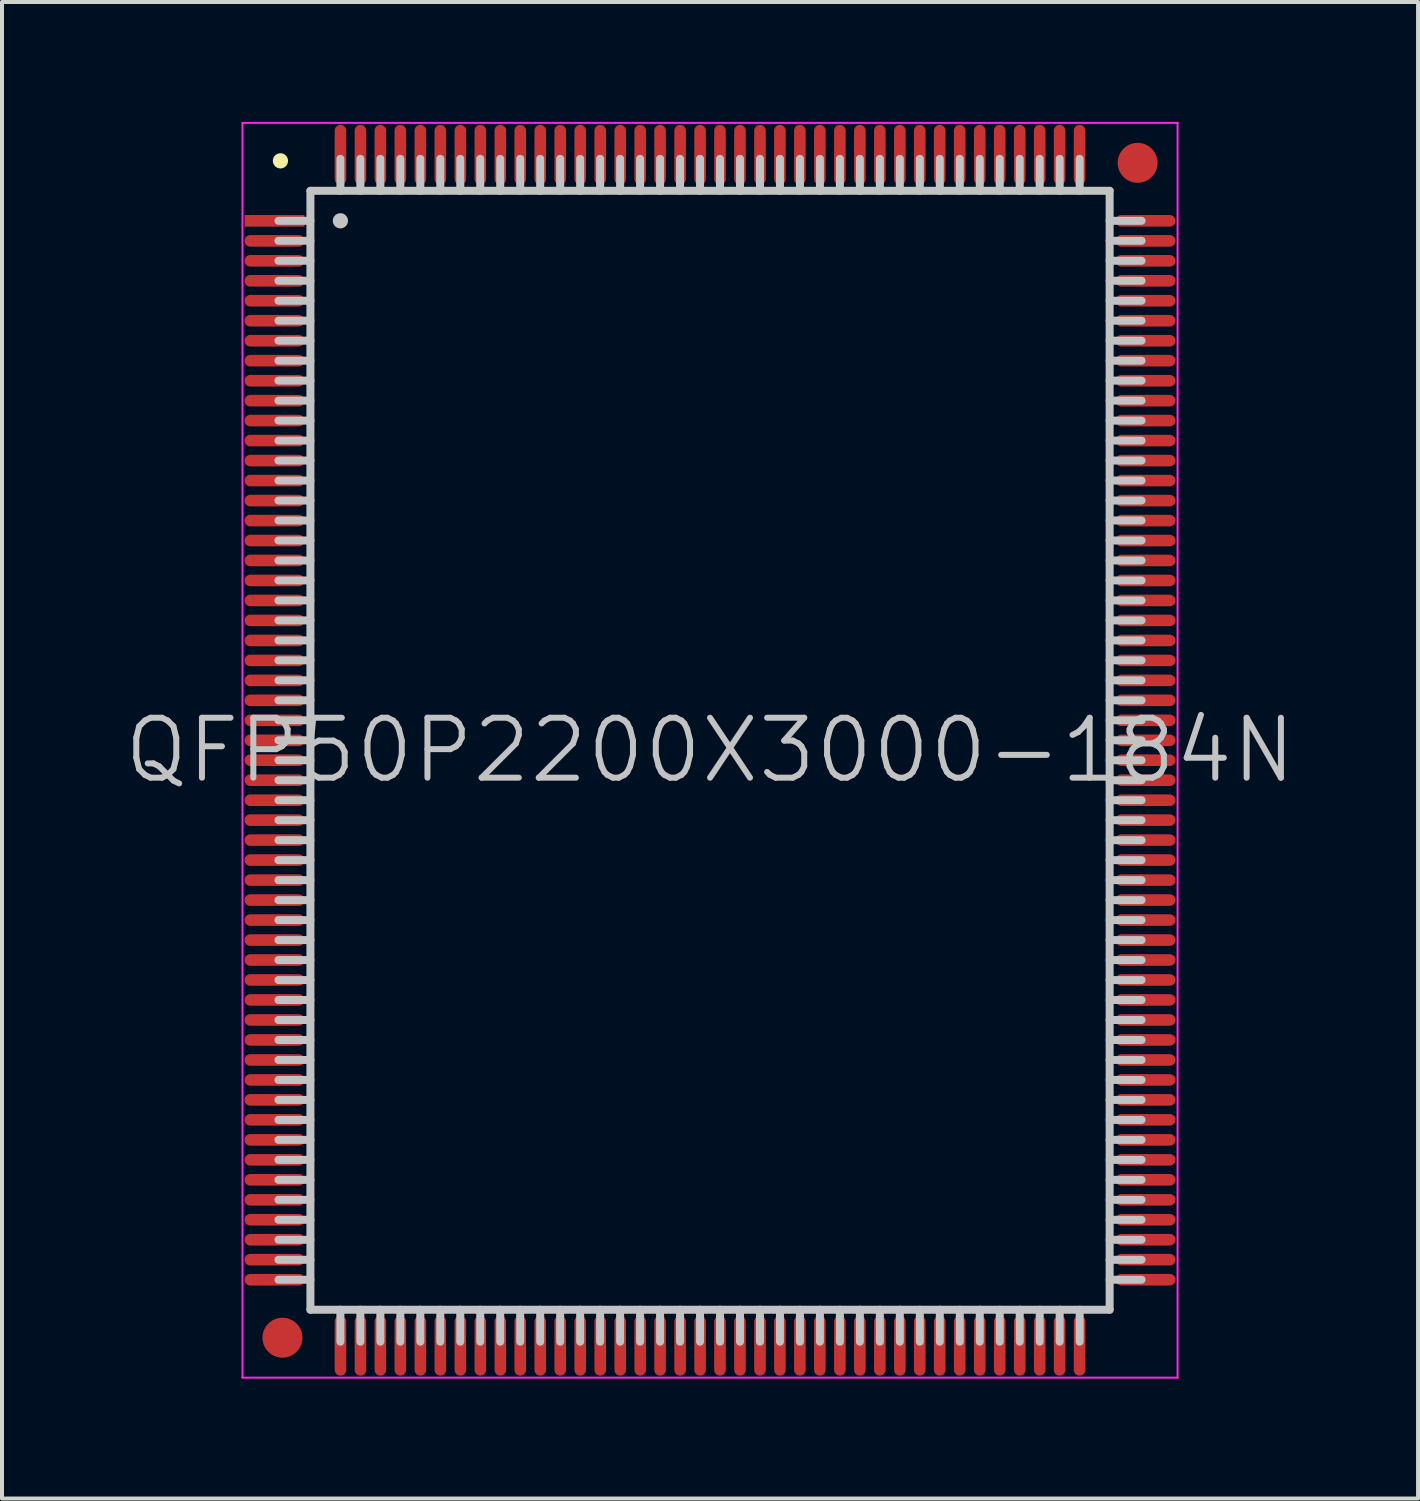
<source format=kicad_pcb>
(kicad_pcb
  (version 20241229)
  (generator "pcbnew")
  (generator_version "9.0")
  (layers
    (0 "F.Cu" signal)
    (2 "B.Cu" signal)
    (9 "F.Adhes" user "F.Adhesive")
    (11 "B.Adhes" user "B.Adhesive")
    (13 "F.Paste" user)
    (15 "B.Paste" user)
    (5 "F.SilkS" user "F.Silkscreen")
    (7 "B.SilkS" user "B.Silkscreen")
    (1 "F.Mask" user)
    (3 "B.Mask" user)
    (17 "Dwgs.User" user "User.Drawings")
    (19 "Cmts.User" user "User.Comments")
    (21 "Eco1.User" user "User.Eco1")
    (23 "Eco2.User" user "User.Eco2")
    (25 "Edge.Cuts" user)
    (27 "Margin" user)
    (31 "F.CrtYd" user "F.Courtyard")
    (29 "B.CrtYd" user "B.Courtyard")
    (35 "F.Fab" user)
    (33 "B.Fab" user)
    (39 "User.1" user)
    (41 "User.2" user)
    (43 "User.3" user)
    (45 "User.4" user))
  (footprint "QFP50P2200X3000-184N"
    (layer "F.Cu")
    (at 14.718 15.725)
    (property "Reference" "QFP50P2200X3000-184N" (at 0 0 0) (layer "Dwgs.User") (effects (font (size 1.5 1.5) (thickness 0.15))))
    (attr smd)
    (fp_line (start -10.75 -14.75) (end -10.75 -14.75) (stroke (width 0.381) (type solid)) (layer "F.SilkS"))
    (fp_line (start -10 -14) (end -10 14) (stroke (width 0.2) (type solid)) (layer "Dwgs.User"))
    (fp_line (start -10 -14) (end 10 -14) (stroke (width 0.2) (type solid)) (layer "Dwgs.User"))
    (fp_line (start -10 -13.25) (end -10.8 -13.25) (stroke (width 0.2) (type solid)) (layer "Dwgs.User"))
    (fp_line (start -10 -12.75) (end -10.8 -12.75) (stroke (width 0.2) (type solid)) (layer "Dwgs.User"))
    (fp_line (start -10 -12.25) (end -10.8 -12.25) (stroke (width 0.2) (type solid)) (layer "Dwgs.User"))
    (fp_line (start -10 -11.75) (end -10.8 -11.75) (stroke (width 0.2) (type solid)) (layer "Dwgs.User"))
    (fp_line (start -10 -11.25) (end -10.8 -11.25) (stroke (width 0.2) (type solid)) (layer "Dwgs.User"))
    (fp_line (start -10 -10.75) (end -10.8 -10.75) (stroke (width 0.2) (type solid)) (layer "Dwgs.User"))
    (fp_line (start -10 -10.25) (end -10.8 -10.25) (stroke (width 0.2) (type solid)) (layer "Dwgs.User"))
    (fp_line (start -10 -9.75) (end -10.8 -9.75) (stroke (width 0.2) (type solid)) (layer "Dwgs.User"))
    (fp_line (start -10 -9.25) (end -10.8 -9.25) (stroke (width 0.2) (type solid)) (layer "Dwgs.User"))
    (fp_line (start -10 -8.75) (end -10.8 -8.75) (stroke (width 0.2) (type solid)) (layer "Dwgs.User"))
    (fp_line (start -10 -8.25) (end -10.8 -8.25) (stroke (width 0.2) (type solid)) (layer "Dwgs.User"))
    (fp_line (start -10 -7.75) (end -10.8 -7.75) (stroke (width 0.2) (type solid)) (layer "Dwgs.User"))
    (fp_line (start -10 -7.25) (end -10.8 -7.25) (stroke (width 0.2) (type solid)) (layer "Dwgs.User"))
    (fp_line (start -10 -6.75) (end -10.8 -6.75) (stroke (width 0.2) (type solid)) (layer "Dwgs.User"))
    (fp_line (start -10 -6.25) (end -10.8 -6.25) (stroke (width 0.2) (type solid)) (layer "Dwgs.User"))
    (fp_line (start -10 -5.75) (end -10.8 -5.75) (stroke (width 0.2) (type solid)) (layer "Dwgs.User"))
    (fp_line (start -10 -5.25) (end -10.8 -5.25) (stroke (width 0.2) (type solid)) (layer "Dwgs.User"))
    (fp_line (start -10 -4.75) (end -10.8 -4.75) (stroke (width 0.2) (type solid)) (layer "Dwgs.User"))
    (fp_line (start -10 -4.25) (end -10.8 -4.25) (stroke (width 0.2) (type solid)) (layer "Dwgs.User"))
    (fp_line (start -10 -3.75) (end -10.8 -3.75) (stroke (width 0.2) (type solid)) (layer "Dwgs.User"))
    (fp_line (start -10 -3.25) (end -10.8 -3.25) (stroke (width 0.2) (type solid)) (layer "Dwgs.User"))
    (fp_line (start -10 -2.75) (end -10.8 -2.75) (stroke (width 0.2) (type solid)) (layer "Dwgs.User"))
    (fp_line (start -10 -2.25) (end -10.8 -2.25) (stroke (width 0.2) (type solid)) (layer "Dwgs.User"))
    (fp_line (start -10 -1.75) (end -10.8 -1.75) (stroke (width 0.2) (type solid)) (layer "Dwgs.User"))
    (fp_line (start -10 -1.25) (end -10.8 -1.25) (stroke (width 0.2) (type solid)) (layer "Dwgs.User"))
    (fp_line (start -10 -0.75) (end -10.8 -0.75) (stroke (width 0.2) (type solid)) (layer "Dwgs.User"))
    (fp_line (start -10 -0.25) (end -10.8 -0.25) (stroke (width 0.2) (type solid)) (layer "Dwgs.User"))
    (fp_line (start -10 0.25) (end -10.8 0.25) (stroke (width 0.2) (type solid)) (layer "Dwgs.User"))
    (fp_line (start -10 0.75) (end -10.8 0.75) (stroke (width 0.2) (type solid)) (layer "Dwgs.User"))
    (fp_line (start -10 1.25) (end -10.8 1.25) (stroke (width 0.2) (type solid)) (layer "Dwgs.User"))
    (fp_line (start -10 1.75) (end -10.8 1.75) (stroke (width 0.2) (type solid)) (layer "Dwgs.User"))
    (fp_line (start -10 2.25) (end -10.8 2.25) (stroke (width 0.2) (type solid)) (layer "Dwgs.User"))
    (fp_line (start -10 2.75) (end -10.8 2.75) (stroke (width 0.2) (type solid)) (layer "Dwgs.User"))
    (fp_line (start -10 3.25) (end -10.8 3.25) (stroke (width 0.2) (type solid)) (layer "Dwgs.User"))
    (fp_line (start -10 3.75) (end -10.8 3.75) (stroke (width 0.2) (type solid)) (layer "Dwgs.User"))
    (fp_line (start -10 4.25) (end -10.8 4.25) (stroke (width 0.2) (type solid)) (layer "Dwgs.User"))
    (fp_line (start -10 4.75) (end -10.8 4.75) (stroke (width 0.2) (type solid)) (layer "Dwgs.User"))
    (fp_line (start -10 5.25) (end -10.8 5.25) (stroke (width 0.2) (type solid)) (layer "Dwgs.User"))
    (fp_line (start -10 5.75) (end -10.8 5.75) (stroke (width 0.2) (type solid)) (layer "Dwgs.User"))
    (fp_line (start -10 6.25) (end -10.8 6.25) (stroke (width 0.2) (type solid)) (layer "Dwgs.User"))
    (fp_line (start -10 6.75) (end -10.8 6.75) (stroke (width 0.2) (type solid)) (layer "Dwgs.User"))
    (fp_line (start -10 7.25) (end -10.8 7.25) (stroke (width 0.2) (type solid)) (layer "Dwgs.User"))
    (fp_line (start -10 7.75) (end -10.8 7.75) (stroke (width 0.2) (type solid)) (layer "Dwgs.User"))
    (fp_line (start -10 8.25) (end -10.8 8.25) (stroke (width 0.2) (type solid)) (layer "Dwgs.User"))
    (fp_line (start -10 8.75) (end -10.8 8.75) (stroke (width 0.2) (type solid)) (layer "Dwgs.User"))
    (fp_line (start -10 9.25) (end -10.8 9.25) (stroke (width 0.2) (type solid)) (layer "Dwgs.User"))
    (fp_line (start -10 9.75) (end -10.8 9.75) (stroke (width 0.2) (type solid)) (layer "Dwgs.User"))
    (fp_line (start -10 10.25) (end -10.8 10.25) (stroke (width 0.2) (type solid)) (layer "Dwgs.User"))
    (fp_line (start -10 10.75) (end -10.8 10.75) (stroke (width 0.2) (type solid)) (layer "Dwgs.User"))
    (fp_line (start -10 11.25) (end -10.8 11.25) (stroke (width 0.2) (type solid)) (layer "Dwgs.User"))
    (fp_line (start -10 11.75) (end -10.8 11.75) (stroke (width 0.2) (type solid)) (layer "Dwgs.User"))
    (fp_line (start -10 12.25) (end -10.8 12.25) (stroke (width 0.2) (type solid)) (layer "Dwgs.User"))
    (fp_line (start -10 12.75) (end -10.8 12.75) (stroke (width 0.2) (type solid)) (layer "Dwgs.User"))
    (fp_line (start -10 13.25) (end -10.8 13.25) (stroke (width 0.2) (type solid)) (layer "Dwgs.User"))
    (fp_line (start -10 14) (end 10 14) (stroke (width 0.2) (type solid)) (layer "Dwgs.User"))
    (fp_line (start -9.25 -14) (end -9.25 -14.8) (stroke (width 0.2) (type solid)) (layer "Dwgs.User"))
    (fp_line (start -9.25 -13.25) (end -9.25 -13.25) (stroke (width 0.381) (type solid)) (layer "Dwgs.User"))
    (fp_line (start -9.25 14.8) (end -9.25 14) (stroke (width 0.2) (type solid)) (layer "Dwgs.User"))
    (fp_line (start -8.75 -14) (end -8.75 -14.8) (stroke (width 0.2) (type solid)) (layer "Dwgs.User"))
    (fp_line (start -8.75 14.8) (end -8.75 14) (stroke (width 0.2) (type solid)) (layer "Dwgs.User"))
    (fp_line (start -8.25 -14) (end -8.25 -14.8) (stroke (width 0.2) (type solid)) (layer "Dwgs.User"))
    (fp_line (start -8.25 14.8) (end -8.25 14) (stroke (width 0.2) (type solid)) (layer "Dwgs.User"))
    (fp_line (start -7.75 -14) (end -7.75 -14.8) (stroke (width 0.2) (type solid)) (layer "Dwgs.User"))
    (fp_line (start -7.75 14.8) (end -7.75 14) (stroke (width 0.2) (type solid)) (layer "Dwgs.User"))
    (fp_line (start -7.25 -14) (end -7.25 -14.8) (stroke (width 0.2) (type solid)) (layer "Dwgs.User"))
    (fp_line (start -7.25 14.8) (end -7.25 14) (stroke (width 0.2) (type solid)) (layer "Dwgs.User"))
    (fp_line (start -6.75 -14) (end -6.75 -14.8) (stroke (width 0.2) (type solid)) (layer "Dwgs.User"))
    (fp_line (start -6.75 14.8) (end -6.75 14) (stroke (width 0.2) (type solid)) (layer "Dwgs.User"))
    (fp_line (start -6.25 -14) (end -6.25 -14.8) (stroke (width 0.2) (type solid)) (layer "Dwgs.User"))
    (fp_line (start -6.25 14.8) (end -6.25 14) (stroke (width 0.2) (type solid)) (layer "Dwgs.User"))
    (fp_line (start -5.75 -14) (end -5.75 -14.8) (stroke (width 0.2) (type solid)) (layer "Dwgs.User"))
    (fp_line (start -5.75 14.8) (end -5.75 14) (stroke (width 0.2) (type solid)) (layer "Dwgs.User"))
    (fp_line (start -5.25 -14) (end -5.25 -14.8) (stroke (width 0.2) (type solid)) (layer "Dwgs.User"))
    (fp_line (start -5.25 14.8) (end -5.25 14) (stroke (width 0.2) (type solid)) (layer "Dwgs.User"))
    (fp_line (start -4.75 -14) (end -4.75 -14.8) (stroke (width 0.2) (type solid)) (layer "Dwgs.User"))
    (fp_line (start -4.75 14.8) (end -4.75 14) (stroke (width 0.2) (type solid)) (layer "Dwgs.User"))
    (fp_line (start -4.25 -14) (end -4.25 -14.8) (stroke (width 0.2) (type solid)) (layer "Dwgs.User"))
    (fp_line (start -4.25 14.8) (end -4.25 14) (stroke (width 0.2) (type solid)) (layer "Dwgs.User"))
    (fp_line (start -3.75 -14) (end -3.75 -14.8) (stroke (width 0.2) (type solid)) (layer "Dwgs.User"))
    (fp_line (start -3.75 14.8) (end -3.75 14) (stroke (width 0.2) (type solid)) (layer "Dwgs.User"))
    (fp_line (start -3.25 -14) (end -3.25 -14.8) (stroke (width 0.2) (type solid)) (layer "Dwgs.User"))
    (fp_line (start -3.25 14.8) (end -3.25 14) (stroke (width 0.2) (type solid)) (layer "Dwgs.User"))
    (fp_line (start -2.75 -14) (end -2.75 -14.8) (stroke (width 0.2) (type solid)) (layer "Dwgs.User"))
    (fp_line (start -2.75 14.8) (end -2.75 14) (stroke (width 0.2) (type solid)) (layer "Dwgs.User"))
    (fp_line (start -2.25 -14) (end -2.25 -14.8) (stroke (width 0.2) (type solid)) (layer "Dwgs.User"))
    (fp_line (start -2.25 14.8) (end -2.25 14) (stroke (width 0.2) (type solid)) (layer "Dwgs.User"))
    (fp_line (start -1.75 -14) (end -1.75 -14.8) (stroke (width 0.2) (type solid)) (layer "Dwgs.User"))
    (fp_line (start -1.75 14.8) (end -1.75 14) (stroke (width 0.2) (type solid)) (layer "Dwgs.User"))
    (fp_line (start -1.25 -14) (end -1.25 -14.8) (stroke (width 0.2) (type solid)) (layer "Dwgs.User"))
    (fp_line (start -1.25 14.8) (end -1.25 14) (stroke (width 0.2) (type solid)) (layer "Dwgs.User"))
    (fp_line (start -0.75 -14) (end -0.75 -14.8) (stroke (width 0.2) (type solid)) (layer "Dwgs.User"))
    (fp_line (start -0.75 14.8) (end -0.75 14) (stroke (width 0.2) (type solid)) (layer "Dwgs.User"))
    (fp_line (start -0.25 -14) (end -0.25 -14.8) (stroke (width 0.2) (type solid)) (layer "Dwgs.User"))
    (fp_line (start -0.25 14.8) (end -0.25 14) (stroke (width 0.2) (type solid)) (layer "Dwgs.User"))
    (fp_line (start 0.25 -14) (end 0.25 -14.8) (stroke (width 0.2) (type solid)) (layer "Dwgs.User"))
    (fp_line (start 0.25 14.8) (end 0.25 14) (stroke (width 0.2) (type solid)) (layer "Dwgs.User"))
    (fp_line (start 0.75 -14) (end 0.75 -14.8) (stroke (width 0.2) (type solid)) (layer "Dwgs.User"))
    (fp_line (start 0.75 14.8) (end 0.75 14) (stroke (width 0.2) (type solid)) (layer "Dwgs.User"))
    (fp_line (start 1.25 -14) (end 1.25 -14.8) (stroke (width 0.2) (type solid)) (layer "Dwgs.User"))
    (fp_line (start 1.25 14.8) (end 1.25 14) (stroke (width 0.2) (type solid)) (layer "Dwgs.User"))
    (fp_line (start 1.75 -14) (end 1.75 -14.8) (stroke (width 0.2) (type solid)) (layer "Dwgs.User"))
    (fp_line (start 1.75 14.8) (end 1.75 14) (stroke (width 0.2) (type solid)) (layer "Dwgs.User"))
    (fp_line (start 2.25 -14) (end 2.25 -14.8) (stroke (width 0.2) (type solid)) (layer "Dwgs.User"))
    (fp_line (start 2.25 14.8) (end 2.25 14) (stroke (width 0.2) (type solid)) (layer "Dwgs.User"))
    (fp_line (start 2.75 -14) (end 2.75 -14.8) (stroke (width 0.2) (type solid)) (layer "Dwgs.User"))
    (fp_line (start 2.75 14.8) (end 2.75 14) (stroke (width 0.2) (type solid)) (layer "Dwgs.User"))
    (fp_line (start 3.25 -14) (end 3.25 -14.8) (stroke (width 0.2) (type solid)) (layer "Dwgs.User"))
    (fp_line (start 3.25 14.8) (end 3.25 14) (stroke (width 0.2) (type solid)) (layer "Dwgs.User"))
    (fp_line (start 3.75 -14) (end 3.75 -14.8) (stroke (width 0.2) (type solid)) (layer "Dwgs.User"))
    (fp_line (start 3.75 14.8) (end 3.75 14) (stroke (width 0.2) (type solid)) (layer "Dwgs.User"))
    (fp_line (start 4.25 -14) (end 4.25 -14.8) (stroke (width 0.2) (type solid)) (layer "Dwgs.User"))
    (fp_line (start 4.25 14.8) (end 4.25 14) (stroke (width 0.2) (type solid)) (layer "Dwgs.User"))
    (fp_line (start 4.75 -14) (end 4.75 -14.8) (stroke (width 0.2) (type solid)) (layer "Dwgs.User"))
    (fp_line (start 4.75 14.8) (end 4.75 14) (stroke (width 0.2) (type solid)) (layer "Dwgs.User"))
    (fp_line (start 5.25 -14) (end 5.25 -14.8) (stroke (width 0.2) (type solid)) (layer "Dwgs.User"))
    (fp_line (start 5.25 14.8) (end 5.25 14) (stroke (width 0.2) (type solid)) (layer "Dwgs.User"))
    (fp_line (start 5.75 -14) (end 5.75 -14.8) (stroke (width 0.2) (type solid)) (layer "Dwgs.User"))
    (fp_line (start 5.75 14.8) (end 5.75 14) (stroke (width 0.2) (type solid)) (layer "Dwgs.User"))
    (fp_line (start 6.25 -14) (end 6.25 -14.8) (stroke (width 0.2) (type solid)) (layer "Dwgs.User"))
    (fp_line (start 6.25 14.8) (end 6.25 14) (stroke (width 0.2) (type solid)) (layer "Dwgs.User"))
    (fp_line (start 6.75 -14) (end 6.75 -14.8) (stroke (width 0.2) (type solid)) (layer "Dwgs.User"))
    (fp_line (start 6.75 14.8) (end 6.75 14) (stroke (width 0.2) (type solid)) (layer "Dwgs.User"))
    (fp_line (start 7.25 -14) (end 7.25 -14.8) (stroke (width 0.2) (type solid)) (layer "Dwgs.User"))
    (fp_line (start 7.25 14.8) (end 7.25 14) (stroke (width 0.2) (type solid)) (layer "Dwgs.User"))
    (fp_line (start 7.75 -14) (end 7.75 -14.8) (stroke (width 0.2) (type solid)) (layer "Dwgs.User"))
    (fp_line (start 7.75 14.8) (end 7.75 14) (stroke (width 0.2) (type solid)) (layer "Dwgs.User"))
    (fp_line (start 8.25 -14) (end 8.25 -14.8) (stroke (width 0.2) (type solid)) (layer "Dwgs.User"))
    (fp_line (start 8.25 14.8) (end 8.25 14) (stroke (width 0.2) (type solid)) (layer "Dwgs.User"))
    (fp_line (start 8.75 -14) (end 8.75 -14.8) (stroke (width 0.2) (type solid)) (layer "Dwgs.User"))
    (fp_line (start 8.75 14.8) (end 8.75 14) (stroke (width 0.2) (type solid)) (layer "Dwgs.User"))
    (fp_line (start 9.25 -14) (end 9.25 -14.8) (stroke (width 0.2) (type solid)) (layer "Dwgs.User"))
    (fp_line (start 9.25 14.8) (end 9.25 14) (stroke (width 0.2) (type solid)) (layer "Dwgs.User"))
    (fp_line (start 10 -14) (end 10 14) (stroke (width 0.2) (type solid)) (layer "Dwgs.User"))
    (fp_line (start 10.8 -13.25) (end 10 -13.25) (stroke (width 0.2) (type solid)) (layer "Dwgs.User"))
    (fp_line (start 10.8 -12.75) (end 10 -12.75) (stroke (width 0.2) (type solid)) (layer "Dwgs.User"))
    (fp_line (start 10.8 -12.25) (end 10 -12.25) (stroke (width 0.2) (type solid)) (layer "Dwgs.User"))
    (fp_line (start 10.8 -11.75) (end 10 -11.75) (stroke (width 0.2) (type solid)) (layer "Dwgs.User"))
    (fp_line (start 10.8 -11.25) (end 10 -11.25) (stroke (width 0.2) (type solid)) (layer "Dwgs.User"))
    (fp_line (start 10.8 -10.75) (end 10 -10.75) (stroke (width 0.2) (type solid)) (layer "Dwgs.User"))
    (fp_line (start 10.8 -10.25) (end 10 -10.25) (stroke (width 0.2) (type solid)) (layer "Dwgs.User"))
    (fp_line (start 10.8 -9.75) (end 10 -9.75) (stroke (width 0.2) (type solid)) (layer "Dwgs.User"))
    (fp_line (start 10.8 -9.25) (end 10 -9.25) (stroke (width 0.2) (type solid)) (layer "Dwgs.User"))
    (fp_line (start 10.8 -8.75) (end 10 -8.75) (stroke (width 0.2) (type solid)) (layer "Dwgs.User"))
    (fp_line (start 10.8 -8.25) (end 10 -8.25) (stroke (width 0.2) (type solid)) (layer "Dwgs.User"))
    (fp_line (start 10.8 -7.75) (end 10 -7.75) (stroke (width 0.2) (type solid)) (layer "Dwgs.User"))
    (fp_line (start 10.8 -7.25) (end 10 -7.25) (stroke (width 0.2) (type solid)) (layer "Dwgs.User"))
    (fp_line (start 10.8 -6.75) (end 10 -6.75) (stroke (width 0.2) (type solid)) (layer "Dwgs.User"))
    (fp_line (start 10.8 -6.25) (end 10 -6.25) (stroke (width 0.2) (type solid)) (layer "Dwgs.User"))
    (fp_line (start 10.8 -5.75) (end 10 -5.75) (stroke (width 0.2) (type solid)) (layer "Dwgs.User"))
    (fp_line (start 10.8 -5.25) (end 10 -5.25) (stroke (width 0.2) (type solid)) (layer "Dwgs.User"))
    (fp_line (start 10.8 -4.75) (end 10 -4.75) (stroke (width 0.2) (type solid)) (layer "Dwgs.User"))
    (fp_line (start 10.8 -4.25) (end 10 -4.25) (stroke (width 0.2) (type solid)) (layer "Dwgs.User"))
    (fp_line (start 10.8 -3.75) (end 10 -3.75) (stroke (width 0.2) (type solid)) (layer "Dwgs.User"))
    (fp_line (start 10.8 -3.25) (end 10 -3.25) (stroke (width 0.2) (type solid)) (layer "Dwgs.User"))
    (fp_line (start 10.8 -2.75) (end 10 -2.75) (stroke (width 0.2) (type solid)) (layer "Dwgs.User"))
    (fp_line (start 10.8 -2.25) (end 10 -2.25) (stroke (width 0.2) (type solid)) (layer "Dwgs.User"))
    (fp_line (start 10.8 -1.75) (end 10 -1.75) (stroke (width 0.2) (type solid)) (layer "Dwgs.User"))
    (fp_line (start 10.8 -1.25) (end 10 -1.25) (stroke (width 0.2) (type solid)) (layer "Dwgs.User"))
    (fp_line (start 10.8 -0.75) (end 10 -0.75) (stroke (width 0.2) (type solid)) (layer "Dwgs.User"))
    (fp_line (start 10.8 -0.25) (end 10 -0.25) (stroke (width 0.2) (type solid)) (layer "Dwgs.User"))
    (fp_line (start 10.8 0.25) (end 10 0.25) (stroke (width 0.2) (type solid)) (layer "Dwgs.User"))
    (fp_line (start 10.8 0.75) (end 10 0.75) (stroke (width 0.2) (type solid)) (layer "Dwgs.User"))
    (fp_line (start 10.8 1.25) (end 10 1.25) (stroke (width 0.2) (type solid)) (layer "Dwgs.User"))
    (fp_line (start 10.8 1.75) (end 10 1.75) (stroke (width 0.2) (type solid)) (layer "Dwgs.User"))
    (fp_line (start 10.8 2.25) (end 10 2.25) (stroke (width 0.2) (type solid)) (layer "Dwgs.User"))
    (fp_line (start 10.8 2.75) (end 10 2.75) (stroke (width 0.2) (type solid)) (layer "Dwgs.User"))
    (fp_line (start 10.8 3.25) (end 10 3.25) (stroke (width 0.2) (type solid)) (layer "Dwgs.User"))
    (fp_line (start 10.8 3.75) (end 10 3.75) (stroke (width 0.2) (type solid)) (layer "Dwgs.User"))
    (fp_line (start 10.8 4.25) (end 10 4.25) (stroke (width 0.2) (type solid)) (layer "Dwgs.User"))
    (fp_line (start 10.8 4.75) (end 10 4.75) (stroke (width 0.2) (type solid)) (layer "Dwgs.User"))
    (fp_line (start 10.8 5.25) (end 10 5.25) (stroke (width 0.2) (type solid)) (layer "Dwgs.User"))
    (fp_line (start 10.8 5.75) (end 10 5.75) (stroke (width 0.2) (type solid)) (layer "Dwgs.User"))
    (fp_line (start 10.8 6.25) (end 10 6.25) (stroke (width 0.2) (type solid)) (layer "Dwgs.User"))
    (fp_line (start 10.8 6.75) (end 10 6.75) (stroke (width 0.2) (type solid)) (layer "Dwgs.User"))
    (fp_line (start 10.8 7.25) (end 10 7.25) (stroke (width 0.2) (type solid)) (layer "Dwgs.User"))
    (fp_line (start 10.8 7.75) (end 10 7.75) (stroke (width 0.2) (type solid)) (layer "Dwgs.User"))
    (fp_line (start 10.8 8.25) (end 10 8.25) (stroke (width 0.2) (type solid)) (layer "Dwgs.User"))
    (fp_line (start 10.8 8.75) (end 10 8.75) (stroke (width 0.2) (type solid)) (layer "Dwgs.User"))
    (fp_line (start 10.8 9.25) (end 10 9.25) (stroke (width 0.2) (type solid)) (layer "Dwgs.User"))
    (fp_line (start 10.8 9.75) (end 10 9.75) (stroke (width 0.2) (type solid)) (layer "Dwgs.User"))
    (fp_line (start 10.8 10.25) (end 10 10.25) (stroke (width 0.2) (type solid)) (layer "Dwgs.User"))
    (fp_line (start 10.8 10.75) (end 10 10.75) (stroke (width 0.2) (type solid)) (layer "Dwgs.User"))
    (fp_line (start 10.8 11.25) (end 10 11.25) (stroke (width 0.2) (type solid)) (layer "Dwgs.User"))
    (fp_line (start 10.8 11.75) (end 10 11.75) (stroke (width 0.2) (type solid)) (layer "Dwgs.User"))
    (fp_line (start 10.8 12.25) (end 10 12.25) (stroke (width 0.2) (type solid)) (layer "Dwgs.User"))
    (fp_line (start 10.8 12.75) (end 10 12.75) (stroke (width 0.2) (type solid)) (layer "Dwgs.User"))
    (fp_line (start 10.8 13.25) (end 10 13.25) (stroke (width 0.2) (type solid)) (layer "Dwgs.User"))
    (fp_line (start -11.7 -15.7) (end -11.7 15.7) (stroke (width 0.05) (type solid)) (layer "F.CrtYd"))
    (fp_line (start -11.7 -15.7) (end 11.7 -15.7) (stroke (width 0.05) (type solid)) (layer "F.CrtYd"))
    (fp_line (start -11.7 15.7) (end 11.7 15.7) (stroke (width 0.05) (type solid)) (layer "F.CrtYd"))
    (fp_line (start 11.7 -15.7) (end 11.7 15.7) (stroke (width 0.05) (type solid)) (layer "F.CrtYd"))
    (pad "" smd circle (at -10.7 14.7) (size 1 1) (layers "F.Cu" "F.Mask"))
    (pad "" smd circle (at 10.7 -14.7) (size 1 1) (layers "F.Cu" "F.Mask"))
    (pad "1" smd rect (at -10.899 -13.249 90) (size 0.29 1.5) (layers "F.Cu" "F.Mask" "F.Paste"))
    (pad "2" smd oval (at -10.899 -12.748 90) (size 0.29 1.5) (layers "F.Cu" "F.Mask" "F.Paste"))
    (pad "3" smd oval (at -10.899 -12.248 90) (size 0.29 1.5) (layers "F.Cu" "F.Mask" "F.Paste"))
    (pad "4" smd oval (at -10.899 -11.748 90) (size 0.29 1.5) (layers "F.Cu" "F.Mask" "F.Paste"))
    (pad "5" smd oval (at -10.899 -11.25 90) (size 0.29 1.5) (layers "F.Cu" "F.Mask" "F.Paste"))
    (pad "6" smd oval (at -10.899 -10.749 90) (size 0.29 1.5) (layers "F.Cu" "F.Mask" "F.Paste"))
    (pad "7" smd oval (at -10.899 -10.249 90) (size 0.29 1.5) (layers "F.Cu" "F.Mask" "F.Paste"))
    (pad "8" smd oval (at -10.899 -9.749 90) (size 0.29 1.5) (layers "F.Cu" "F.Mask" "F.Paste"))
    (pad "9" smd oval (at -10.899 -9.248 90) (size 0.29 1.5) (layers "F.Cu" "F.Mask" "F.Paste"))
    (pad "10" smd oval (at -10.899 -8.748 90) (size 0.29 1.5) (layers "F.Cu" "F.Mask" "F.Paste"))
    (pad "11" smd oval (at -10.899 -8.25 90) (size 0.29 1.5) (layers "F.Cu" "F.Mask" "F.Paste"))
    (pad "12" smd oval (at -10.899 -7.75 90) (size 0.29 1.5) (layers "F.Cu" "F.Mask" "F.Paste"))
    (pad "13" smd oval (at -10.899 -7.249 90) (size 0.29 1.5) (layers "F.Cu" "F.Mask" "F.Paste"))
    (pad "14" smd oval (at -10.899 -6.749 90) (size 0.29 1.5) (layers "F.Cu" "F.Mask" "F.Paste"))
    (pad "15" smd oval (at -10.899 -6.248 90) (size 0.29 1.5) (layers "F.Cu" "F.Mask" "F.Paste"))
    (pad "16" smd oval (at -10.899 -5.748 90) (size 0.29 1.5) (layers "F.Cu" "F.Mask" "F.Paste"))
    (pad "17" smd oval (at -10.899 -5.248 90) (size 0.29 1.5) (layers "F.Cu" "F.Mask" "F.Paste"))
    (pad "18" smd oval (at -10.899 -4.75 90) (size 0.29 1.5) (layers "F.Cu" "F.Mask" "F.Paste"))
    (pad "19" smd oval (at -10.899 -4.249 90) (size 0.29 1.5) (layers "F.Cu" "F.Mask" "F.Paste"))
    (pad "20" smd oval (at -10.899 -3.749 90) (size 0.29 1.5) (layers "F.Cu" "F.Mask" "F.Paste"))
    (pad "21" smd oval (at -10.899 -3.249 90) (size 0.29 1.5) (layers "F.Cu" "F.Mask" "F.Paste"))
    (pad "22" smd oval (at -10.899 -2.748 90) (size 0.29 1.5) (layers "F.Cu" "F.Mask" "F.Paste"))
    (pad "23" smd oval (at -10.899 -2.248 90) (size 0.29 1.5) (layers "F.Cu" "F.Mask" "F.Paste"))
    (pad "24" smd oval (at -10.899 -1.748 90) (size 0.29 1.5) (layers "F.Cu" "F.Mask" "F.Paste"))
    (pad "25" smd oval (at -10.899 -1.25 90) (size 0.29 1.5) (layers "F.Cu" "F.Mask" "F.Paste"))
    (pad "26" smd oval (at -10.899 -0.749 90) (size 0.29 1.5) (layers "F.Cu" "F.Mask" "F.Paste"))
    (pad "27" smd oval (at -10.899 -0.249 90) (size 0.29 1.5) (layers "F.Cu" "F.Mask" "F.Paste"))
    (pad "28" smd oval (at -10.899 0.249 90) (size 0.29 1.5) (layers "F.Cu" "F.Mask" "F.Paste"))
    (pad "29" smd oval (at -10.899 0.749 90) (size 0.29 1.5) (layers "F.Cu" "F.Mask" "F.Paste"))
    (pad "30" smd oval (at -10.899 1.25 90) (size 0.29 1.5) (layers "F.Cu" "F.Mask" "F.Paste"))
    (pad "31" smd oval (at -10.899 1.748 90) (size 0.29 1.5) (layers "F.Cu" "F.Mask" "F.Paste"))
    (pad "32" smd oval (at -10.899 2.248 90) (size 0.29 1.5) (layers "F.Cu" "F.Mask" "F.Paste"))
    (pad "33" smd oval (at -10.899 2.748 90) (size 0.29 1.5) (layers "F.Cu" "F.Mask" "F.Paste"))
    (pad "34" smd oval (at -10.899 3.249 90) (size 0.29 1.5) (layers "F.Cu" "F.Mask" "F.Paste"))
    (pad "35" smd oval (at -10.899 3.749 90) (size 0.29 1.5) (layers "F.Cu" "F.Mask" "F.Paste"))
    (pad "36" smd oval (at -10.899 4.249 90) (size 0.29 1.5) (layers "F.Cu" "F.Mask" "F.Paste"))
    (pad "37" smd oval (at -10.899 4.75 90) (size 0.29 1.5) (layers "F.Cu" "F.Mask" "F.Paste"))
    (pad "38" smd oval (at -10.899 5.248 90) (size 0.29 1.5) (layers "F.Cu" "F.Mask" "F.Paste"))
    (pad "39" smd oval (at -10.899 5.748 90) (size 0.29 1.5) (layers "F.Cu" "F.Mask" "F.Paste"))
    (pad "40" smd oval (at -10.899 6.248 90) (size 0.29 1.5) (layers "F.Cu" "F.Mask" "F.Paste"))
    (pad "41" smd oval (at -10.899 6.749 90) (size 0.29 1.5) (layers "F.Cu" "F.Mask" "F.Paste"))
    (pad "42" smd oval (at -10.899 7.249 90) (size 0.29 1.5) (layers "F.Cu" "F.Mask" "F.Paste"))
    (pad "43" smd oval (at -10.899 7.75 90) (size 0.29 1.5) (layers "F.Cu" "F.Mask" "F.Paste"))
    (pad "44" smd oval (at -10.899 8.25 90) (size 0.29 1.5) (layers "F.Cu" "F.Mask" "F.Paste"))
    (pad "45" smd oval (at -10.899 8.748 90) (size 0.29 1.5) (layers "F.Cu" "F.Mask" "F.Paste"))
    (pad "46" smd oval (at -10.899 9.248 90) (size 0.29 1.5) (layers "F.Cu" "F.Mask" "F.Paste"))
    (pad "47" smd oval (at -10.899 9.749 90) (size 0.29 1.5) (layers "F.Cu" "F.Mask" "F.Paste"))
    (pad "48" smd oval (at -10.899 10.249 90) (size 0.29 1.5) (layers "F.Cu" "F.Mask" "F.Paste"))
    (pad "49" smd oval (at -10.899 10.749 90) (size 0.29 1.5) (layers "F.Cu" "F.Mask" "F.Paste"))
    (pad "50" smd oval (at -10.899 11.25 90) (size 0.29 1.5) (layers "F.Cu" "F.Mask" "F.Paste"))
    (pad "51" smd oval (at -10.899 11.748 90) (size 0.29 1.5) (layers "F.Cu" "F.Mask" "F.Paste"))
    (pad "52" smd oval (at -10.899 12.248 90) (size 0.29 1.5) (layers "F.Cu" "F.Mask" "F.Paste"))
    (pad "53" smd oval (at -10.899 12.748 90) (size 0.29 1.5) (layers "F.Cu" "F.Mask" "F.Paste"))
    (pad "54" smd oval (at -10.899 13.249 90) (size 0.29 1.5) (layers "F.Cu" "F.Mask" "F.Paste"))
    (pad "55" smd oval (at -9.248 14.9 180) (size 0.29 1.5) (layers "F.Cu" "F.Mask" "F.Paste"))
    (pad "56" smd oval (at -8.748 14.9 180) (size 0.29 1.5) (layers "F.Cu" "F.Mask" "F.Paste"))
    (pad "57" smd oval (at -8.25 14.9 180) (size 0.29 1.5) (layers "F.Cu" "F.Mask" "F.Paste"))
    (pad "58" smd oval (at -7.75 14.9 180) (size 0.29 1.5) (layers "F.Cu" "F.Mask" "F.Paste"))
    (pad "59" smd oval (at -7.249 14.9 180) (size 0.29 1.5) (layers "F.Cu" "F.Mask" "F.Paste"))
    (pad "60" smd oval (at -6.749 14.9 180) (size 0.29 1.5) (layers "F.Cu" "F.Mask" "F.Paste"))
    (pad "61" smd oval (at -6.248 14.9 180) (size 0.29 1.5) (layers "F.Cu" "F.Mask" "F.Paste"))
    (pad "62" smd oval (at -5.748 14.9 180) (size 0.29 1.5) (layers "F.Cu" "F.Mask" "F.Paste"))
    (pad "63" smd oval (at -5.248 14.9 180) (size 0.29 1.5) (layers "F.Cu" "F.Mask" "F.Paste"))
    (pad "64" smd oval (at -4.75 14.9 180) (size 0.29 1.5) (layers "F.Cu" "F.Mask" "F.Paste"))
    (pad "65" smd oval (at -4.249 14.9 180) (size 0.29 1.5) (layers "F.Cu" "F.Mask" "F.Paste"))
    (pad "66" smd oval (at -3.749 14.9 180) (size 0.29 1.5) (layers "F.Cu" "F.Mask" "F.Paste"))
    (pad "67" smd oval (at -3.249 14.9 180) (size 0.29 1.5) (layers "F.Cu" "F.Mask" "F.Paste"))
    (pad "68" smd oval (at -2.748 14.9 180) (size 0.29 1.5) (layers "F.Cu" "F.Mask" "F.Paste"))
    (pad "69" smd oval (at -2.248 14.9 180) (size 0.29 1.5) (layers "F.Cu" "F.Mask" "F.Paste"))
    (pad "70" smd oval (at -1.748 14.9 180) (size 0.29 1.5) (layers "F.Cu" "F.Mask" "F.Paste"))
    (pad "71" smd oval (at -1.25 14.9 180) (size 0.29 1.5) (layers "F.Cu" "F.Mask" "F.Paste"))
    (pad "72" smd oval (at -0.749 14.9 180) (size 0.29 1.5) (layers "F.Cu" "F.Mask" "F.Paste"))
    (pad "73" smd oval (at -0.249 14.9 180) (size 0.29 1.5) (layers "F.Cu" "F.Mask" "F.Paste"))
    (pad "74" smd oval (at 0.249 14.9 180) (size 0.29 1.5) (layers "F.Cu" "F.Mask" "F.Paste"))
    (pad "75" smd oval (at 0.749 14.9 180) (size 0.29 1.5) (layers "F.Cu" "F.Mask" "F.Paste"))
    (pad "76" smd oval (at 1.25 14.9 180) (size 0.29 1.5) (layers "F.Cu" "F.Mask" "F.Paste"))
    (pad "77" smd oval (at 1.748 14.9 180) (size 0.29 1.5) (layers "F.Cu" "F.Mask" "F.Paste"))
    (pad "78" smd oval (at 2.248 14.9 180) (size 0.29 1.5) (layers "F.Cu" "F.Mask" "F.Paste"))
    (pad "79" smd oval (at 2.748 14.9 180) (size 0.29 1.5) (layers "F.Cu" "F.Mask" "F.Paste"))
    (pad "80" smd oval (at 3.249 14.9 180) (size 0.29 1.5) (layers "F.Cu" "F.Mask" "F.Paste"))
    (pad "81" smd oval (at 3.749 14.9 180) (size 0.29 1.5) (layers "F.Cu" "F.Mask" "F.Paste"))
    (pad "82" smd oval (at 4.249 14.9 180) (size 0.29 1.5) (layers "F.Cu" "F.Mask" "F.Paste"))
    (pad "83" smd oval (at 4.75 14.9 180) (size 0.29 1.5) (layers "F.Cu" "F.Mask" "F.Paste"))
    (pad "84" smd oval (at 5.248 14.9 180) (size 0.29 1.5) (layers "F.Cu" "F.Mask" "F.Paste"))
    (pad "85" smd oval (at 5.748 14.9 180) (size 0.29 1.5) (layers "F.Cu" "F.Mask" "F.Paste"))
    (pad "86" smd oval (at 6.248 14.9 180) (size 0.29 1.5) (layers "F.Cu" "F.Mask" "F.Paste"))
    (pad "87" smd oval (at 6.749 14.9 180) (size 0.29 1.5) (layers "F.Cu" "F.Mask" "F.Paste"))
    (pad "88" smd oval (at 7.249 14.9 180) (size 0.29 1.5) (layers "F.Cu" "F.Mask" "F.Paste"))
    (pad "89" smd oval (at 7.75 14.9 180) (size 0.29 1.5) (layers "F.Cu" "F.Mask" "F.Paste"))
    (pad "90" smd oval (at 8.25 14.9 180) (size 0.29 1.5) (layers "F.Cu" "F.Mask" "F.Paste"))
    (pad "91" smd oval (at 8.748 14.9 180) (size 0.29 1.5) (layers "F.Cu" "F.Mask" "F.Paste"))
    (pad "92" smd oval (at 9.248 14.9 180) (size 0.29 1.5) (layers "F.Cu" "F.Mask" "F.Paste"))
    (pad "93" smd oval (at 10.899 13.249 270) (size 0.29 1.5) (layers "F.Cu" "F.Mask" "F.Paste"))
    (pad "94" smd oval (at 10.899 12.748 270) (size 0.29 1.5) (layers "F.Cu" "F.Mask" "F.Paste"))
    (pad "95" smd oval (at 10.899 12.248 270) (size 0.29 1.5) (layers "F.Cu" "F.Mask" "F.Paste"))
    (pad "96" smd oval (at 10.899 11.748 270) (size 0.29 1.5) (layers "F.Cu" "F.Mask" "F.Paste"))
    (pad "97" smd oval (at 10.899 11.25 270) (size 0.29 1.5) (layers "F.Cu" "F.Mask" "F.Paste"))
    (pad "98" smd oval (at 10.899 10.749 270) (size 0.29 1.5) (layers "F.Cu" "F.Mask" "F.Paste"))
    (pad "99" smd oval (at 10.899 10.249 270) (size 0.29 1.5) (layers "F.Cu" "F.Mask" "F.Paste"))
    (pad "100" smd oval (at 10.899 9.749 270) (size 0.29 1.5) (layers "F.Cu" "F.Mask" "F.Paste"))
    (pad "101" smd oval (at 10.899 9.248 270) (size 0.29 1.5) (layers "F.Cu" "F.Mask" "F.Paste"))
    (pad "102" smd oval (at 10.899 8.748 270) (size 0.29 1.5) (layers "F.Cu" "F.Mask" "F.Paste"))
    (pad "103" smd oval (at 10.899 8.25 270) (size 0.29 1.5) (layers "F.Cu" "F.Mask" "F.Paste"))
    (pad "104" smd oval (at 10.899 7.75 270) (size 0.29 1.5) (layers "F.Cu" "F.Mask" "F.Paste"))
    (pad "105" smd oval (at 10.899 7.249 270) (size 0.29 1.5) (layers "F.Cu" "F.Mask" "F.Paste"))
    (pad "106" smd oval (at 10.899 6.749 270) (size 0.29 1.5) (layers "F.Cu" "F.Mask" "F.Paste"))
    (pad "107" smd oval (at 10.899 6.248 270) (size 0.29 1.5) (layers "F.Cu" "F.Mask" "F.Paste"))
    (pad "108" smd oval (at 10.899 5.748 270) (size 0.29 1.5) (layers "F.Cu" "F.Mask" "F.Paste"))
    (pad "109" smd oval (at 10.899 5.248 270) (size 0.29 1.5) (layers "F.Cu" "F.Mask" "F.Paste"))
    (pad "110" smd oval (at 10.899 4.75 270) (size 0.29 1.5) (layers "F.Cu" "F.Mask" "F.Paste"))
    (pad "111" smd oval (at 10.899 4.249 270) (size 0.29 1.5) (layers "F.Cu" "F.Mask" "F.Paste"))
    (pad "112" smd oval (at 10.899 3.749 270) (size 0.29 1.5) (layers "F.Cu" "F.Mask" "F.Paste"))
    (pad "113" smd oval (at 10.899 3.249 270) (size 0.29 1.5) (layers "F.Cu" "F.Mask" "F.Paste"))
    (pad "114" smd oval (at 10.899 2.748 270) (size 0.29 1.5) (layers "F.Cu" "F.Mask" "F.Paste"))
    (pad "115" smd oval (at 10.899 2.248 270) (size 0.29 1.5) (layers "F.Cu" "F.Mask" "F.Paste"))
    (pad "116" smd oval (at 10.899 1.748 270) (size 0.29 1.5) (layers "F.Cu" "F.Mask" "F.Paste"))
    (pad "117" smd oval (at 10.899 1.25 270) (size 0.29 1.5) (layers "F.Cu" "F.Mask" "F.Paste"))
    (pad "118" smd oval (at 10.899 0.749 270) (size 0.29 1.5) (layers "F.Cu" "F.Mask" "F.Paste"))
    (pad "119" smd oval (at 10.899 0.249 270) (size 0.29 1.5) (layers "F.Cu" "F.Mask" "F.Paste"))
    (pad "120" smd oval (at 10.899 -0.249 270) (size 0.29 1.5) (layers "F.Cu" "F.Mask" "F.Paste"))
    (pad "121" smd oval (at 10.899 -0.749 270) (size 0.29 1.5) (layers "F.Cu" "F.Mask" "F.Paste"))
    (pad "122" smd oval (at 10.899 -1.25 270) (size 0.29 1.5) (layers "F.Cu" "F.Mask" "F.Paste"))
    (pad "123" smd oval (at 10.899 -1.748 270) (size 0.29 1.5) (layers "F.Cu" "F.Mask" "F.Paste"))
    (pad "124" smd oval (at 10.899 -2.248 270) (size 0.29 1.5) (layers "F.Cu" "F.Mask" "F.Paste"))
    (pad "125" smd oval (at 10.899 -2.748 270) (size 0.29 1.5) (layers "F.Cu" "F.Mask" "F.Paste"))
    (pad "126" smd oval (at 10.899 -3.249 270) (size 0.29 1.5) (layers "F.Cu" "F.Mask" "F.Paste"))
    (pad "127" smd oval (at 10.899 -3.749 270) (size 0.29 1.5) (layers "F.Cu" "F.Mask" "F.Paste"))
    (pad "128" smd oval (at 10.899 -4.249 270) (size 0.29 1.5) (layers "F.Cu" "F.Mask" "F.Paste"))
    (pad "129" smd oval (at 10.899 -4.75 270) (size 0.29 1.5) (layers "F.Cu" "F.Mask" "F.Paste"))
    (pad "130" smd oval (at 10.899 -5.248 270) (size 0.29 1.5) (layers "F.Cu" "F.Mask" "F.Paste"))
    (pad "131" smd oval (at 10.899 -5.748 270) (size 0.29 1.5) (layers "F.Cu" "F.Mask" "F.Paste"))
    (pad "132" smd oval (at 10.899 -6.248 270) (size 0.29 1.5) (layers "F.Cu" "F.Mask" "F.Paste"))
    (pad "133" smd oval (at 10.899 -6.749 270) (size 0.29 1.5) (layers "F.Cu" "F.Mask" "F.Paste"))
    (pad "134" smd oval (at 10.899 -7.249 270) (size 0.29 1.5) (layers "F.Cu" "F.Mask" "F.Paste"))
    (pad "135" smd oval (at 10.899 -7.75 270) (size 0.29 1.5) (layers "F.Cu" "F.Mask" "F.Paste"))
    (pad "136" smd oval (at 10.899 -8.25 270) (size 0.29 1.5) (layers "F.Cu" "F.Mask" "F.Paste"))
    (pad "137" smd oval (at 10.899 -8.748 270) (size 0.29 1.5) (layers "F.Cu" "F.Mask" "F.Paste"))
    (pad "138" smd oval (at 10.899 -9.248 270) (size 0.29 1.5) (layers "F.Cu" "F.Mask" "F.Paste"))
    (pad "139" smd oval (at 10.899 -9.749 270) (size 0.29 1.5) (layers "F.Cu" "F.Mask" "F.Paste"))
    (pad "140" smd oval (at 10.899 -10.249 270) (size 0.29 1.5) (layers "F.Cu" "F.Mask" "F.Paste"))
    (pad "141" smd oval (at 10.899 -10.749 270) (size 0.29 1.5) (layers "F.Cu" "F.Mask" "F.Paste"))
    (pad "142" smd oval (at 10.899 -11.25 270) (size 0.29 1.5) (layers "F.Cu" "F.Mask" "F.Paste"))
    (pad "143" smd oval (at 10.899 -11.748 270) (size 0.29 1.5) (layers "F.Cu" "F.Mask" "F.Paste"))
    (pad "144" smd oval (at 10.899 -12.248 270) (size 0.29 1.5) (layers "F.Cu" "F.Mask" "F.Paste"))
    (pad "145" smd oval (at 10.899 -12.748 270) (size 0.29 1.5) (layers "F.Cu" "F.Mask" "F.Paste"))
    (pad "146" smd oval (at 10.899 -13.249 270) (size 0.29 1.5) (layers "F.Cu" "F.Mask" "F.Paste"))
    (pad "147" smd oval (at 9.248 -14.9) (size 0.29 1.5) (layers "F.Cu" "F.Mask" "F.Paste"))
    (pad "148" smd oval (at 8.748 -14.9) (size 0.29 1.5) (layers "F.Cu" "F.Mask" "F.Paste"))
    (pad "149" smd oval (at 8.25 -14.9) (size 0.29 1.5) (layers "F.Cu" "F.Mask" "F.Paste"))
    (pad "150" smd oval (at 7.75 -14.9) (size 0.29 1.5) (layers "F.Cu" "F.Mask" "F.Paste"))
    (pad "151" smd oval (at 7.249 -14.9) (size 0.29 1.5) (layers "F.Cu" "F.Mask" "F.Paste"))
    (pad "152" smd oval (at 6.749 -14.9) (size 0.29 1.5) (layers "F.Cu" "F.Mask" "F.Paste"))
    (pad "153" smd oval (at 6.248 -14.9) (size 0.29 1.5) (layers "F.Cu" "F.Mask" "F.Paste"))
    (pad "154" smd oval (at 5.748 -14.9) (size 0.29 1.5) (layers "F.Cu" "F.Mask" "F.Paste"))
    (pad "155" smd oval (at 5.248 -14.9) (size 0.29 1.5) (layers "F.Cu" "F.Mask" "F.Paste"))
    (pad "156" smd oval (at 4.75 -14.9) (size 0.29 1.5) (layers "F.Cu" "F.Mask" "F.Paste"))
    (pad "157" smd oval (at 4.249 -14.9) (size 0.29 1.5) (layers "F.Cu" "F.Mask" "F.Paste"))
    (pad "158" smd oval (at 3.749 -14.9) (size 0.29 1.5) (layers "F.Cu" "F.Mask" "F.Paste"))
    (pad "159" smd oval (at 3.249 -14.9) (size 0.29 1.5) (layers "F.Cu" "F.Mask" "F.Paste"))
    (pad "160" smd oval (at 2.748 -14.9) (size 0.29 1.5) (layers "F.Cu" "F.Mask" "F.Paste"))
    (pad "161" smd oval (at 2.248 -14.9) (size 0.29 1.5) (layers "F.Cu" "F.Mask" "F.Paste"))
    (pad "162" smd oval (at 1.748 -14.9) (size 0.29 1.5) (layers "F.Cu" "F.Mask" "F.Paste"))
    (pad "163" smd oval (at 1.25 -14.9) (size 0.29 1.5) (layers "F.Cu" "F.Mask" "F.Paste"))
    (pad "164" smd oval (at 0.749 -14.9) (size 0.29 1.5) (layers "F.Cu" "F.Mask" "F.Paste"))
    (pad "165" smd oval (at 0.249 -14.9) (size 0.29 1.5) (layers "F.Cu" "F.Mask" "F.Paste"))
    (pad "166" smd oval (at -0.249 -14.9) (size 0.29 1.5) (layers "F.Cu" "F.Mask" "F.Paste"))
    (pad "167" smd oval (at -0.749 -14.9) (size 0.29 1.5) (layers "F.Cu" "F.Mask" "F.Paste"))
    (pad "168" smd oval (at -1.25 -14.9) (size 0.29 1.5) (layers "F.Cu" "F.Mask" "F.Paste"))
    (pad "169" smd oval (at -1.748 -14.9) (size 0.29 1.5) (layers "F.Cu" "F.Mask" "F.Paste"))
    (pad "170" smd oval (at -2.248 -14.9) (size 0.29 1.5) (layers "F.Cu" "F.Mask" "F.Paste"))
    (pad "171" smd oval (at -2.748 -14.9) (size 0.29 1.5) (layers "F.Cu" "F.Mask" "F.Paste"))
    (pad "172" smd oval (at -3.249 -14.9) (size 0.29 1.5) (layers "F.Cu" "F.Mask" "F.Paste"))
    (pad "173" smd oval (at -3.749 -14.9) (size 0.29 1.5) (layers "F.Cu" "F.Mask" "F.Paste"))
    (pad "174" smd oval (at -4.249 -14.9) (size 0.29 1.5) (layers "F.Cu" "F.Mask" "F.Paste"))
    (pad "175" smd oval (at -4.75 -14.9) (size 0.29 1.5) (layers "F.Cu" "F.Mask" "F.Paste"))
    (pad "176" smd oval (at -5.248 -14.9) (size 0.29 1.5) (layers "F.Cu" "F.Mask" "F.Paste"))
    (pad "177" smd oval (at -5.748 -14.9) (size 0.29 1.5) (layers "F.Cu" "F.Mask" "F.Paste"))
    (pad "178" smd oval (at -6.248 -14.9) (size 0.29 1.5) (layers "F.Cu" "F.Mask" "F.Paste"))
    (pad "179" smd oval (at -6.749 -14.9) (size 0.29 1.5) (layers "F.Cu" "F.Mask" "F.Paste"))
    (pad "180" smd oval (at -7.249 -14.9) (size 0.29 1.5) (layers "F.Cu" "F.Mask" "F.Paste"))
    (pad "181" smd oval (at -7.75 -14.9) (size 0.29 1.5) (layers "F.Cu" "F.Mask" "F.Paste"))
    (pad "182" smd oval (at -8.25 -14.9) (size 0.29 1.5) (layers "F.Cu" "F.Mask" "F.Paste"))
    (pad "183" smd oval (at -8.748 -14.9) (size 0.29 1.5) (layers "F.Cu" "F.Mask" "F.Paste"))
    (pad "184" smd oval (at -9.248 -14.9) (size 0.29 1.5) (layers "F.Cu" "F.Mask" "F.Paste")))
  (gr_rect
    (start -3 -3)
    (end 32.436 34.45)
    (stroke (width 0.1) (type default))
    (fill no)
    (layer "Edge.Cuts")))
</source>
